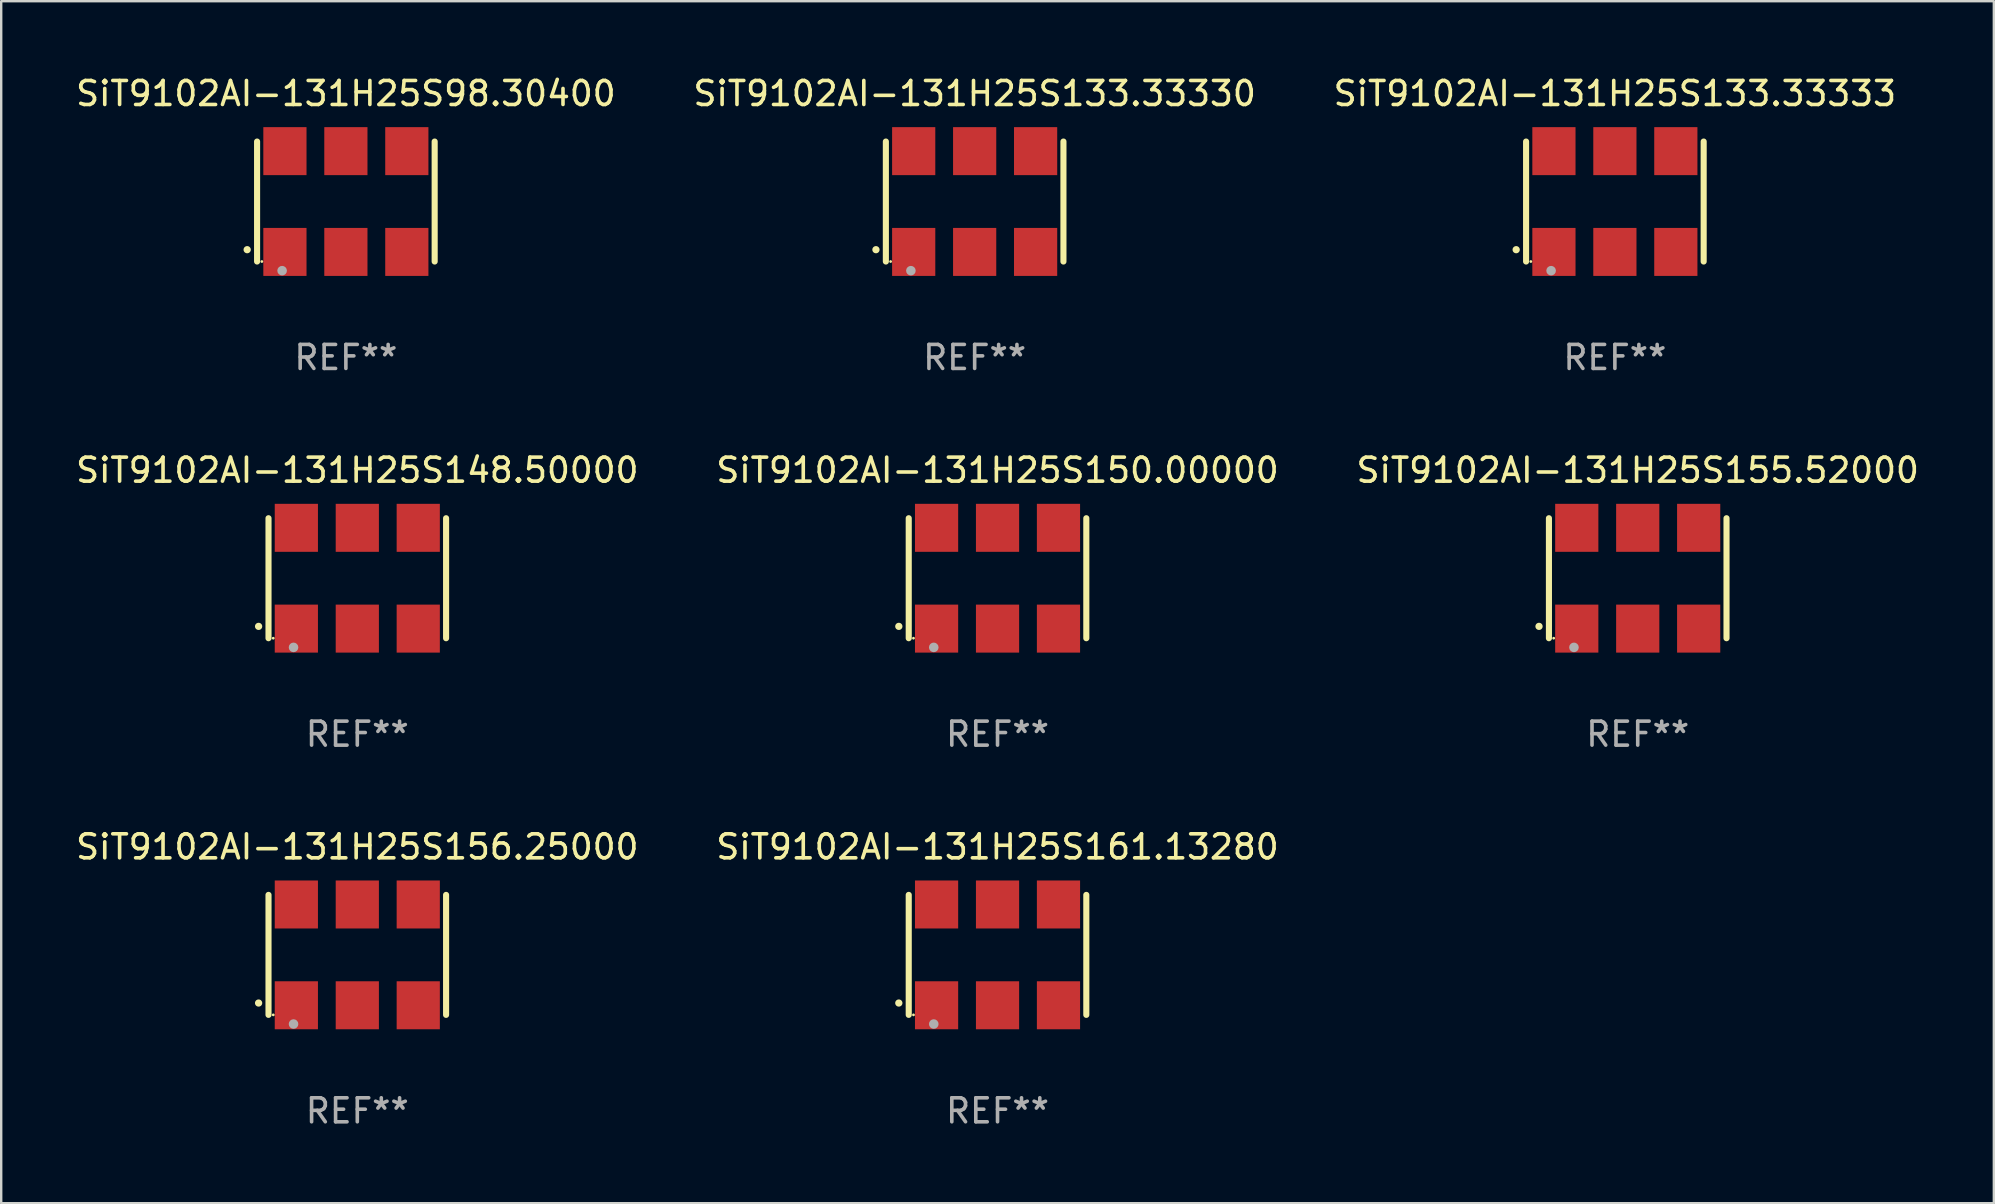
<source format=kicad_pcb>
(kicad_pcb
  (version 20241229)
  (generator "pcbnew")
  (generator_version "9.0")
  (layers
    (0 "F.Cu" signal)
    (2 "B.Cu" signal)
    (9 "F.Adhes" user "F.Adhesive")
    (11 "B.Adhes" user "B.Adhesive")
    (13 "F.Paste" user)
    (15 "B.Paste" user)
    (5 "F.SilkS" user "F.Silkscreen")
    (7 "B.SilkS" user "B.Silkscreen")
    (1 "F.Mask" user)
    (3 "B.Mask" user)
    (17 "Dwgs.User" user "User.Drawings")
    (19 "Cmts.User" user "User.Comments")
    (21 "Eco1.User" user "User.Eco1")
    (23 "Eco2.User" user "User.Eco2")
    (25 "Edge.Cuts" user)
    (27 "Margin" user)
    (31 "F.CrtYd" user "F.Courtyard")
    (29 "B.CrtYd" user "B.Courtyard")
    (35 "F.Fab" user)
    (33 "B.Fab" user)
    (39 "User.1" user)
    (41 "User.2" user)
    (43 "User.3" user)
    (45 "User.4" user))
  (footprint "SiT9102AI-131H25S98.30400"
    (layer "F.Cu")
    (at 11.363 5.348)
    (property "Reference" "SiT9102AI-131H25S98.30400" (at 0 -4.5 0) (layer "F.SilkS") (effects (font (size 1 1) (thickness 0.15))))
    (attr through_hole)
    (fp_line (start -3.7 -2.5) (end -3.7 2.5) (stroke (width 0.254) (type solid)) (layer "F.SilkS"))
    (fp_line (start 3.7 -2.5) (end 3.7 2.5) (stroke (width 0.254) (type solid)) (layer "F.SilkS"))
    (fp_arc (start -4.114415 2.006604) (mid -4.113145 2.006599) (end -4.111875 2.006604) (stroke (width 0.3) (type solid)) (layer "F.SilkS"))
    (fp_circle (center -3.502 2.5) (end -3.472 2.5) (stroke (width 0.06) (type solid)) (fill no) (layer "F.SilkS"))
    (fp_circle (center -2.657 2.882) (end -2.557 2.882) (stroke (width 0.2) (type solid)) (fill no) (layer "F.Fab"))
    (fp_text user "REF**" (at 0 6.5 0) (layer "F.Fab") (effects (font (size 1 1) (thickness 0.15))))
    (pad "1" smd rect (at -2.54 2.1) (size 1.8 2) (layers "F.Cu" "F.Mask" "F.Paste"))
    (pad "2" smd rect (at 0.000394 2.1) (size 1.8 2) (layers "F.Cu" "F.Mask" "F.Paste"))
    (pad "3" smd rect (at 2.54 2.1) (size 1.8 2) (layers "F.Cu" "F.Mask" "F.Paste"))
    (pad "4" smd rect (at 2.54 -2.1) (size 1.8 2) (layers "F.Cu" "F.Mask" "F.Paste"))
    (pad "5" smd rect (at 0.000394 -2.1) (size 1.8 2) (layers "F.Cu" "F.Mask" "F.Paste"))
    (pad "6" smd rect (at -2.54 -2.1) (size 1.8 2) (layers "F.Cu" "F.Mask" "F.Paste")))
  (footprint "SiT9102AI-131H25S133.33333"
    (layer "F.Cu")
    (at 64.244 5.348)
    (property "Reference" "SiT9102AI-131H25S133.33333" (at 0 -4.5 0) (layer "F.SilkS") (effects (font (size 1 1) (thickness 0.15))))
    (attr through_hole)
    (fp_line (start -3.7 -2.5) (end -3.7 2.5) (stroke (width 0.254) (type solid)) (layer "F.SilkS"))
    (fp_line (start 3.7 -2.5) (end 3.7 2.5) (stroke (width 0.254) (type solid)) (layer "F.SilkS"))
    (fp_arc (start -4.114415 2.006604) (mid -4.113145 2.006599) (end -4.111875 2.006604) (stroke (width 0.3) (type solid)) (layer "F.SilkS"))
    (fp_circle (center -3.502 2.5) (end -3.472 2.5) (stroke (width 0.06) (type solid)) (fill no) (layer "F.SilkS"))
    (fp_circle (center -2.657 2.882) (end -2.557 2.882) (stroke (width 0.2) (type solid)) (fill no) (layer "F.Fab"))
    (fp_text user "REF**" (at 0 6.5 0) (layer "F.Fab") (effects (font (size 1 1) (thickness 0.15))))
    (pad "1" smd rect (at -2.54 2.1) (size 1.8 2) (layers "F.Cu" "F.Mask" "F.Paste"))
    (pad "2" smd rect (at 0.000394 2.1) (size 1.8 2) (layers "F.Cu" "F.Mask" "F.Paste"))
    (pad "3" smd rect (at 2.54 2.1) (size 1.8 2) (layers "F.Cu" "F.Mask" "F.Paste"))
    (pad "4" smd rect (at 2.54 -2.1) (size 1.8 2) (layers "F.Cu" "F.Mask" "F.Paste"))
    (pad "5" smd rect (at 0.000394 -2.1) (size 1.8 2) (layers "F.Cu" "F.Mask" "F.Paste"))
    (pad "6" smd rect (at -2.54 -2.1) (size 1.8 2) (layers "F.Cu" "F.Mask" "F.Paste")))
  (footprint "SiT9102AI-131H25S156.25000"
    (layer "F.Cu")
    (at 11.839 36.741)
    (property "Reference" "SiT9102AI-131H25S156.25000" (at 0 -4.5 0) (layer "F.SilkS") (effects (font (size 1 1) (thickness 0.15))))
    (attr through_hole)
    (fp_line (start -3.7 -2.5) (end -3.7 2.5) (stroke (width 0.254) (type solid)) (layer "F.SilkS"))
    (fp_line (start 3.7 -2.5) (end 3.7 2.5) (stroke (width 0.254) (type solid)) (layer "F.SilkS"))
    (fp_arc (start -4.114415 2.006604) (mid -4.113145 2.006599) (end -4.111875 2.006604) (stroke (width 0.3) (type solid)) (layer "F.SilkS"))
    (fp_circle (center -3.502 2.5) (end -3.472 2.5) (stroke (width 0.06) (type solid)) (fill no) (layer "F.SilkS"))
    (fp_circle (center -2.657 2.882) (end -2.557 2.882) (stroke (width 0.2) (type solid)) (fill no) (layer "F.Fab"))
    (fp_text user "REF**" (at 0 6.5 0) (layer "F.Fab") (effects (font (size 1 1) (thickness 0.15))))
    (pad "1" smd rect (at -2.54 2.1) (size 1.8 2) (layers "F.Cu" "F.Mask" "F.Paste"))
    (pad "2" smd rect (at 0.000394 2.1) (size 1.8 2) (layers "F.Cu" "F.Mask" "F.Paste"))
    (pad "3" smd rect (at 2.54 2.1) (size 1.8 2) (layers "F.Cu" "F.Mask" "F.Paste"))
    (pad "4" smd rect (at 2.54 -2.1) (size 1.8 2) (layers "F.Cu" "F.Mask" "F.Paste"))
    (pad "5" smd rect (at 0.000394 -2.1) (size 1.8 2) (layers "F.Cu" "F.Mask" "F.Paste"))
    (pad "6" smd rect (at -2.54 -2.1) (size 1.8 2) (layers "F.Cu" "F.Mask" "F.Paste")))
  (footprint "SiT9102AI-131H25S150.00000"
    (layer "F.Cu")
    (at 38.518 21.045)
    (property "Reference" "SiT9102AI-131H25S150.00000" (at 0 -4.5 0) (layer "F.SilkS") (effects (font (size 1 1) (thickness 0.15))))
    (attr through_hole)
    (fp_line (start -3.7 -2.5) (end -3.7 2.5) (stroke (width 0.254) (type solid)) (layer "F.SilkS"))
    (fp_line (start 3.7 -2.5) (end 3.7 2.5) (stroke (width 0.254) (type solid)) (layer "F.SilkS"))
    (fp_arc (start -4.114415 2.006604) (mid -4.113145 2.006599) (end -4.111875 2.006604) (stroke (width 0.3) (type solid)) (layer "F.SilkS"))
    (fp_circle (center -3.502 2.5) (end -3.472 2.5) (stroke (width 0.06) (type solid)) (fill no) (layer "F.SilkS"))
    (fp_circle (center -2.657 2.882) (end -2.557 2.882) (stroke (width 0.2) (type solid)) (fill no) (layer "F.Fab"))
    (fp_text user "REF**" (at 0 6.5 0) (layer "F.Fab") (effects (font (size 1 1) (thickness 0.15))))
    (pad "1" smd rect (at -2.54 2.1) (size 1.8 2) (layers "F.Cu" "F.Mask" "F.Paste"))
    (pad "2" smd rect (at 0.000394 2.1) (size 1.8 2) (layers "F.Cu" "F.Mask" "F.Paste"))
    (pad "3" smd rect (at 2.54 2.1) (size 1.8 2) (layers "F.Cu" "F.Mask" "F.Paste"))
    (pad "4" smd rect (at 2.54 -2.1) (size 1.8 2) (layers "F.Cu" "F.Mask" "F.Paste"))
    (pad "5" smd rect (at 0.000394 -2.1) (size 1.8 2) (layers "F.Cu" "F.Mask" "F.Paste"))
    (pad "6" smd rect (at -2.54 -2.1) (size 1.8 2) (layers "F.Cu" "F.Mask" "F.Paste")))
  (footprint "SiT9102AI-131H25S161.13280"
    (layer "F.Cu")
    (at 38.518 36.741)
    (property "Reference" "SiT9102AI-131H25S161.13280" (at 0 -4.5 0) (layer "F.SilkS") (effects (font (size 1 1) (thickness 0.15))))
    (attr through_hole)
    (fp_line (start -3.7 -2.5) (end -3.7 2.5) (stroke (width 0.254) (type solid)) (layer "F.SilkS"))
    (fp_line (start 3.7 -2.5) (end 3.7 2.5) (stroke (width 0.254) (type solid)) (layer "F.SilkS"))
    (fp_arc (start -4.114415 2.006604) (mid -4.113145 2.006599) (end -4.111875 2.006604) (stroke (width 0.3) (type solid)) (layer "F.SilkS"))
    (fp_circle (center -3.502 2.5) (end -3.472 2.5) (stroke (width 0.06) (type solid)) (fill no) (layer "F.SilkS"))
    (fp_circle (center -2.657 2.882) (end -2.557 2.882) (stroke (width 0.2) (type solid)) (fill no) (layer "F.Fab"))
    (fp_text user "REF**" (at 0 6.5 0) (layer "F.Fab") (effects (font (size 1 1) (thickness 0.15))))
    (pad "1" smd rect (at -2.54 2.1) (size 1.8 2) (layers "F.Cu" "F.Mask" "F.Paste"))
    (pad "2" smd rect (at 0.000394 2.1) (size 1.8 2) (layers "F.Cu" "F.Mask" "F.Paste"))
    (pad "3" smd rect (at 2.54 2.1) (size 1.8 2) (layers "F.Cu" "F.Mask" "F.Paste"))
    (pad "4" smd rect (at 2.54 -2.1) (size 1.8 2) (layers "F.Cu" "F.Mask" "F.Paste"))
    (pad "5" smd rect (at 0.000394 -2.1) (size 1.8 2) (layers "F.Cu" "F.Mask" "F.Paste"))
    (pad "6" smd rect (at -2.54 -2.1) (size 1.8 2) (layers "F.Cu" "F.Mask" "F.Paste")))
  (footprint "SiT9102AI-131H25S155.52000"
    (layer "F.Cu")
    (at 65.196 21.045)
    (property "Reference" "SiT9102AI-131H25S155.52000" (at 0 -4.5 0) (layer "F.SilkS") (effects (font (size 1 1) (thickness 0.15))))
    (attr through_hole)
    (fp_line (start -3.7 -2.5) (end -3.7 2.5) (stroke (width 0.254) (type solid)) (layer "F.SilkS"))
    (fp_line (start 3.7 -2.5) (end 3.7 2.5) (stroke (width 0.254) (type solid)) (layer "F.SilkS"))
    (fp_arc (start -4.114415 2.006604) (mid -4.113145 2.006599) (end -4.111875 2.006604) (stroke (width 0.3) (type solid)) (layer "F.SilkS"))
    (fp_circle (center -3.502 2.5) (end -3.472 2.5) (stroke (width 0.06) (type solid)) (fill no) (layer "F.SilkS"))
    (fp_circle (center -2.657 2.882) (end -2.557 2.882) (stroke (width 0.2) (type solid)) (fill no) (layer "F.Fab"))
    (fp_text user "REF**" (at 0 6.5 0) (layer "F.Fab") (effects (font (size 1 1) (thickness 0.15))))
    (pad "1" smd rect (at -2.54 2.1) (size 1.8 2) (layers "F.Cu" "F.Mask" "F.Paste"))
    (pad "2" smd rect (at 0.000394 2.1) (size 1.8 2) (layers "F.Cu" "F.Mask" "F.Paste"))
    (pad "3" smd rect (at 2.54 2.1) (size 1.8 2) (layers "F.Cu" "F.Mask" "F.Paste"))
    (pad "4" smd rect (at 2.54 -2.1) (size 1.8 2) (layers "F.Cu" "F.Mask" "F.Paste"))
    (pad "5" smd rect (at 0.000394 -2.1) (size 1.8 2) (layers "F.Cu" "F.Mask" "F.Paste"))
    (pad "6" smd rect (at -2.54 -2.1) (size 1.8 2) (layers "F.Cu" "F.Mask" "F.Paste")))
  (footprint "SiT9102AI-131H25S133.33330"
    (layer "F.Cu")
    (at 37.565 5.348)
    (property "Reference" "SiT9102AI-131H25S133.33330" (at 0 -4.5 0) (layer "F.SilkS") (effects (font (size 1 1) (thickness 0.15))))
    (attr through_hole)
    (fp_line (start -3.7 -2.5) (end -3.7 2.5) (stroke (width 0.254) (type solid)) (layer "F.SilkS"))
    (fp_line (start 3.7 -2.5) (end 3.7 2.5) (stroke (width 0.254) (type solid)) (layer "F.SilkS"))
    (fp_arc (start -4.114415 2.006604) (mid -4.113145 2.006599) (end -4.111875 2.006604) (stroke (width 0.3) (type solid)) (layer "F.SilkS"))
    (fp_circle (center -3.502 2.5) (end -3.472 2.5) (stroke (width 0.06) (type solid)) (fill no) (layer "F.SilkS"))
    (fp_circle (center -2.657 2.882) (end -2.557 2.882) (stroke (width 0.2) (type solid)) (fill no) (layer "F.Fab"))
    (fp_text user "REF**" (at 0 6.5 0) (layer "F.Fab") (effects (font (size 1 1) (thickness 0.15))))
    (pad "1" smd rect (at -2.54 2.1) (size 1.8 2) (layers "F.Cu" "F.Mask" "F.Paste"))
    (pad "2" smd rect (at 0.000394 2.1) (size 1.8 2) (layers "F.Cu" "F.Mask" "F.Paste"))
    (pad "3" smd rect (at 2.54 2.1) (size 1.8 2) (layers "F.Cu" "F.Mask" "F.Paste"))
    (pad "4" smd rect (at 2.54 -2.1) (size 1.8 2) (layers "F.Cu" "F.Mask" "F.Paste"))
    (pad "5" smd rect (at 0.000394 -2.1) (size 1.8 2) (layers "F.Cu" "F.Mask" "F.Paste"))
    (pad "6" smd rect (at -2.54 -2.1) (size 1.8 2) (layers "F.Cu" "F.Mask" "F.Paste")))
  (footprint "SiT9102AI-131H25S148.50000"
    (layer "F.Cu")
    (at 11.839 21.045)
    (property "Reference" "SiT9102AI-131H25S148.50000" (at 0 -4.5 0) (layer "F.SilkS") (effects (font (size 1 1) (thickness 0.15))))
    (attr through_hole)
    (fp_line (start -3.7 -2.5) (end -3.7 2.5) (stroke (width 0.254) (type solid)) (layer "F.SilkS"))
    (fp_line (start 3.7 -2.5) (end 3.7 2.5) (stroke (width 0.254) (type solid)) (layer "F.SilkS"))
    (fp_arc (start -4.114415 2.006604) (mid -4.113145 2.006599) (end -4.111875 2.006604) (stroke (width 0.3) (type solid)) (layer "F.SilkS"))
    (fp_circle (center -3.502 2.5) (end -3.472 2.5) (stroke (width 0.06) (type solid)) (fill no) (layer "F.SilkS"))
    (fp_circle (center -2.657 2.882) (end -2.557 2.882) (stroke (width 0.2) (type solid)) (fill no) (layer "F.Fab"))
    (fp_text user "REF**" (at 0 6.5 0) (layer "F.Fab") (effects (font (size 1 1) (thickness 0.15))))
    (pad "1" smd rect (at -2.54 2.1) (size 1.8 2) (layers "F.Cu" "F.Mask" "F.Paste"))
    (pad "2" smd rect (at 0.000394 2.1) (size 1.8 2) (layers "F.Cu" "F.Mask" "F.Paste"))
    (pad "3" smd rect (at 2.54 2.1) (size 1.8 2) (layers "F.Cu" "F.Mask" "F.Paste"))
    (pad "4" smd rect (at 2.54 -2.1) (size 1.8 2) (layers "F.Cu" "F.Mask" "F.Paste"))
    (pad "5" smd rect (at 0.000394 -2.1) (size 1.8 2) (layers "F.Cu" "F.Mask" "F.Paste"))
    (pad "6" smd rect (at -2.54 -2.1) (size 1.8 2) (layers "F.Cu" "F.Mask" "F.Paste")))
  (gr_rect
    (start -3 -3)
    (end 80.036 47.09)
    (stroke (width 0.1) (type default))
    (fill no)
    (layer "Edge.Cuts")))
</source>
